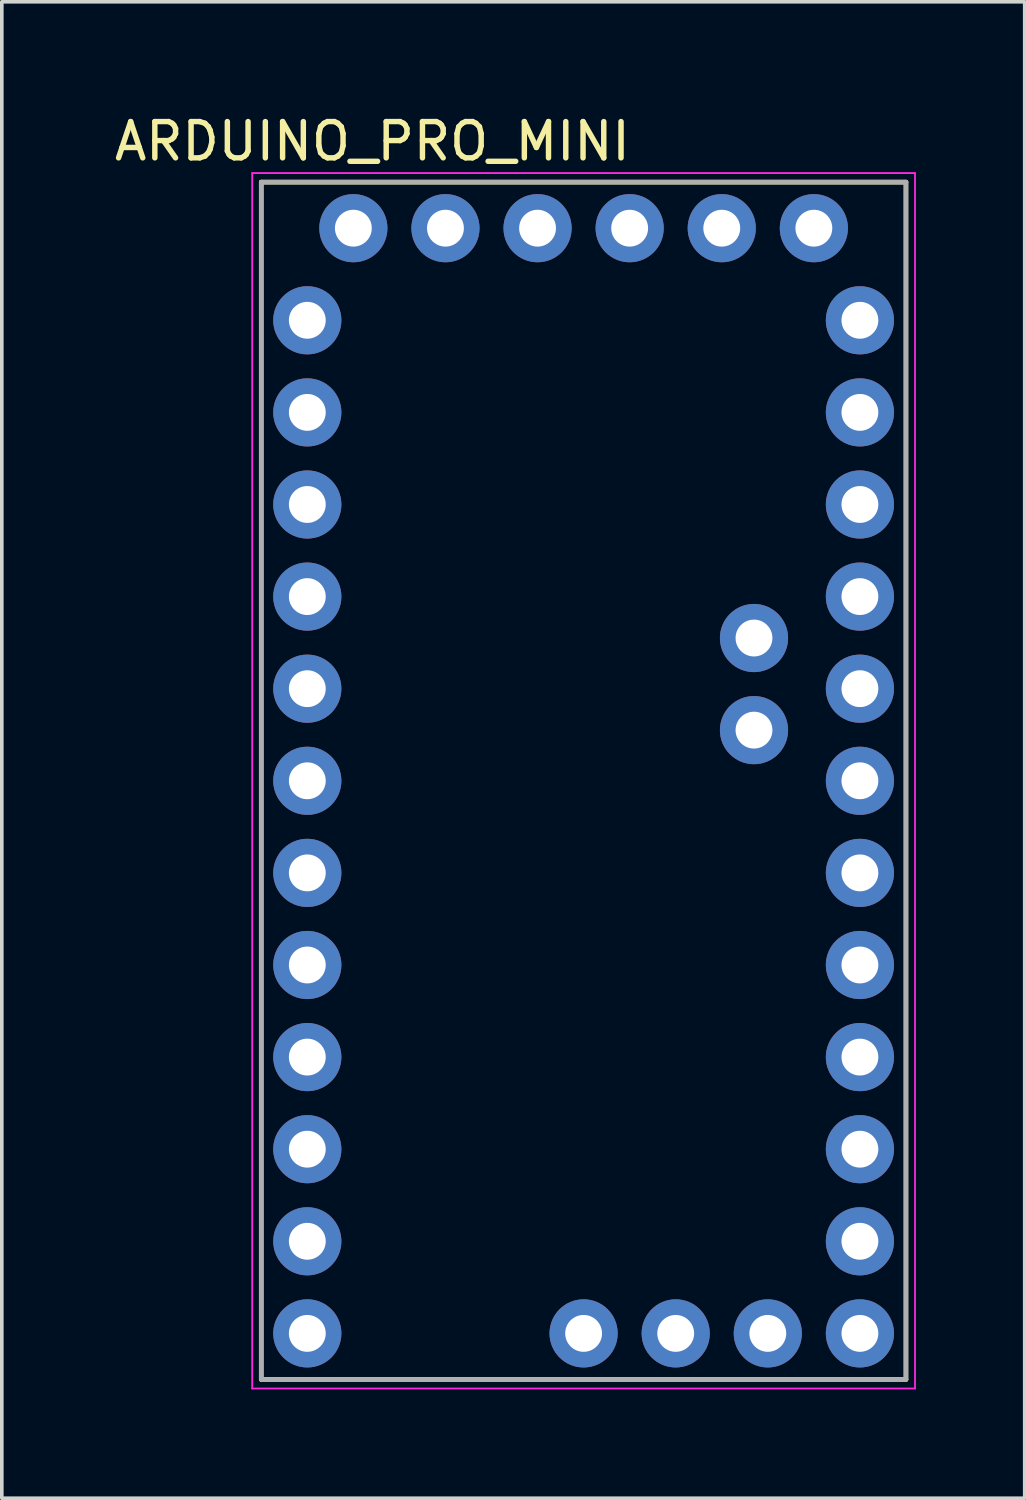
<source format=kicad_pcb>
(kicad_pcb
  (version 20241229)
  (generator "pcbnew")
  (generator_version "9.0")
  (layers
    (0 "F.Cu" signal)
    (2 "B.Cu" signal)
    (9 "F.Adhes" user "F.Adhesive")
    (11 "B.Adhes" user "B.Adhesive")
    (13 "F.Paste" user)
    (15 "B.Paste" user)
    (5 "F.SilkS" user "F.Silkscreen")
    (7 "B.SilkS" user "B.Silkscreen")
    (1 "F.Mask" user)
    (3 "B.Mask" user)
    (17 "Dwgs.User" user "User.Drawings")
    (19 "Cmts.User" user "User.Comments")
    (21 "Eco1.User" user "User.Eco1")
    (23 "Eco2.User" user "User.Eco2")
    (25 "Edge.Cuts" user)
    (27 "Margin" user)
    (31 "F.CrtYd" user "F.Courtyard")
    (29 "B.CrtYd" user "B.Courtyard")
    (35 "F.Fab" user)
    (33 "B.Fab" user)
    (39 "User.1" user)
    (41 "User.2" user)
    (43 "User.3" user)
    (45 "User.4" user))
  (footprint "ARDUINO_PRO_MINI"
    (layer "F.Cu")
    (at 13.045 18.483)
    (property "Reference" "ARDUINO_PRO_MINI" (at -5.825 -17.635 0) (layer "F.SilkS") (effects (font (size 1 1) (thickness 0.15))))
    (attr through_hole)
    (fp_line (start -8.89 -16.51) (end -8.89 16.51) (stroke (width 0.127) (type solid)) (layer "F.SilkS"))
    (fp_line (start -8.89 16.51) (end 8.89 16.51) (stroke (width 0.127) (type solid)) (layer "F.SilkS"))
    (fp_line (start 8.89 -16.51) (end -8.89 -16.51) (stroke (width 0.127) (type solid)) (layer "F.SilkS"))
    (fp_line (start 8.89 16.51) (end 8.89 -16.51) (stroke (width 0.127) (type solid)) (layer "F.SilkS"))
    (fp_line (start -9.14 -16.76) (end 9.14 -16.76) (stroke (width 0.05) (type solid)) (layer "F.CrtYd"))
    (fp_line (start -9.14 16.76) (end -9.14 -16.76) (stroke (width 0.05) (type solid)) (layer "F.CrtYd"))
    (fp_line (start 9.14 -16.76) (end 9.14 16.76) (stroke (width 0.05) (type solid)) (layer "F.CrtYd"))
    (fp_line (start 9.14 16.76) (end -9.14 16.76) (stroke (width 0.05) (type solid)) (layer "F.CrtYd"))
    (fp_line (start -8.89 -16.51) (end -8.89 16.51) (stroke (width 0.127) (type solid)) (layer "F.Fab"))
    (fp_line (start -8.89 16.51) (end 8.89 16.51) (stroke (width 0.127) (type solid)) (layer "F.Fab"))
    (fp_line (start 8.89 -16.51) (end -8.89 -16.51) (stroke (width 0.127) (type solid)) (layer "F.Fab"))
    (fp_line (start 8.89 16.51) (end 8.89 -16.51) (stroke (width 0.127) (type solid)) (layer "F.Fab"))
    (pad "1" thru_hole circle (at -7.62 -12.7) (size 1.88 1.88) (drill 1.016) (layers "*.Cu" "*.Mask"))
    (pad "2" thru_hole circle (at -7.62 -10.16) (size 1.88 1.88) (drill 1.016) (layers "*.Cu" "*.Mask"))
    (pad "3" thru_hole circle (at -7.62 -7.62) (size 1.88 1.88) (drill 1.016) (layers "*.Cu" "*.Mask"))
    (pad "4" thru_hole circle (at -7.62 -5.08) (size 1.88 1.88) (drill 1.016) (layers "*.Cu" "*.Mask"))
    (pad "5" thru_hole circle (at -7.62 -2.54) (size 1.88 1.88) (drill 1.016) (layers "*.Cu" "*.Mask"))
    (pad "6" thru_hole circle (at -7.62 0) (size 1.88 1.88) (drill 1.016) (layers "*.Cu" "*.Mask"))
    (pad "7" thru_hole circle (at -7.62 2.54) (size 1.88 1.88) (drill 1.016) (layers "*.Cu" "*.Mask"))
    (pad "8" thru_hole circle (at -7.62 5.08) (size 1.88 1.88) (drill 1.016) (layers "*.Cu" "*.Mask"))
    (pad "9" thru_hole circle (at -7.62 7.62) (size 1.88 1.88) (drill 1.016) (layers "*.Cu" "*.Mask"))
    (pad "10" thru_hole circle (at -7.62 10.16) (size 1.88 1.88) (drill 1.016) (layers "*.Cu" "*.Mask"))
    (pad "11" thru_hole circle (at -7.62 12.7) (size 1.88 1.88) (drill 1.016) (layers "*.Cu" "*.Mask"))
    (pad "12" thru_hole circle (at -7.62 15.24) (size 1.88 1.88) (drill 1.016) (layers "*.Cu" "*.Mask"))
    (pad "13" thru_hole circle (at 0 15.24) (size 1.88 1.88) (drill 1.016) (layers "*.Cu" "*.Mask"))
    (pad "14" thru_hole circle (at 2.54 15.24 90) (size 1.88 1.88) (drill 1.016) (layers "*.Cu" "*.Mask"))
    (pad "15" thru_hole circle (at 5.08 15.24 90) (size 1.88 1.88) (drill 1.016) (layers "*.Cu" "*.Mask"))
    (pad "16" thru_hole circle (at 7.62 15.24 90) (size 1.88 1.88) (drill 1.016) (layers "*.Cu" "*.Mask"))
    (pad "17" thru_hole circle (at 7.62 12.7) (size 1.88 1.88) (drill 1.016) (layers "*.Cu" "*.Mask"))
    (pad "18" thru_hole circle (at 7.62 10.16) (size 1.88 1.88) (drill 1.016) (layers "*.Cu" "*.Mask"))
    (pad "19" thru_hole circle (at 7.62 7.62) (size 1.88 1.88) (drill 1.016) (layers "*.Cu" "*.Mask"))
    (pad "20" thru_hole circle (at 7.62 5.08) (size 1.88 1.88) (drill 1.016) (layers "*.Cu" "*.Mask"))
    (pad "21" thru_hole circle (at 7.62 2.54) (size 1.88 1.88) (drill 1.016) (layers "*.Cu" "*.Mask"))
    (pad "22" thru_hole circle (at 7.62 0) (size 1.88 1.88) (drill 1.016) (layers "*.Cu" "*.Mask"))
    (pad "23" thru_hole circle (at 7.62 -2.54 90) (size 1.88 1.88) (drill 1.016) (layers "*.Cu" "*.Mask"))
    (pad "24" thru_hole circle (at 4.699 -1.397) (size 1.88 1.88) (drill 1.016) (layers "*.Cu" "*.Mask"))
    (pad "25" thru_hole circle (at 4.699 -3.937) (size 1.88 1.88) (drill 1.016) (layers "*.Cu" "*.Mask"))
    (pad "26" thru_hole circle (at 7.62 -5.08) (size 1.88 1.88) (drill 1.016) (layers "*.Cu" "*.Mask"))
    (pad "27" thru_hole circle (at 7.62 -7.62) (size 1.88 1.88) (drill 1.016) (layers "*.Cu" "*.Mask"))
    (pad "28" thru_hole circle (at 7.62 -10.16) (size 1.88 1.88) (drill 1.016) (layers "*.Cu" "*.Mask"))
    (pad "29" thru_hole circle (at 7.62 -12.7) (size 1.88 1.88) (drill 1.016) (layers "*.Cu" "*.Mask"))
    (pad "30" thru_hole circle (at 6.35 -15.24) (size 1.88 1.88) (drill 1.016) (layers "*.Cu" "*.Mask"))
    (pad "31" thru_hole circle (at 3.81 -15.24) (size 1.88 1.88) (drill 1.016) (layers "*.Cu" "*.Mask"))
    (pad "32" thru_hole circle (at 1.27 -15.24) (size 1.88 1.88) (drill 1.016) (layers "*.Cu" "*.Mask"))
    (pad "33" thru_hole circle (at -1.27 -15.24) (size 1.88 1.88) (drill 1.016) (layers "*.Cu" "*.Mask"))
    (pad "34" thru_hole circle (at -3.81 -15.24) (size 1.88 1.88) (drill 1.016) (layers "*.Cu" "*.Mask"))
    (pad "35" thru_hole circle (at -6.35 -15.24) (size 1.88 1.88) (drill 1.016) (layers "*.Cu" "*.Mask")))
  (gr_rect
    (start -3 -3)
    (end 25.21 38.268)
    (stroke (width 0.1) (type default))
    (fill no)
    (layer "Edge.Cuts")))
</source>
